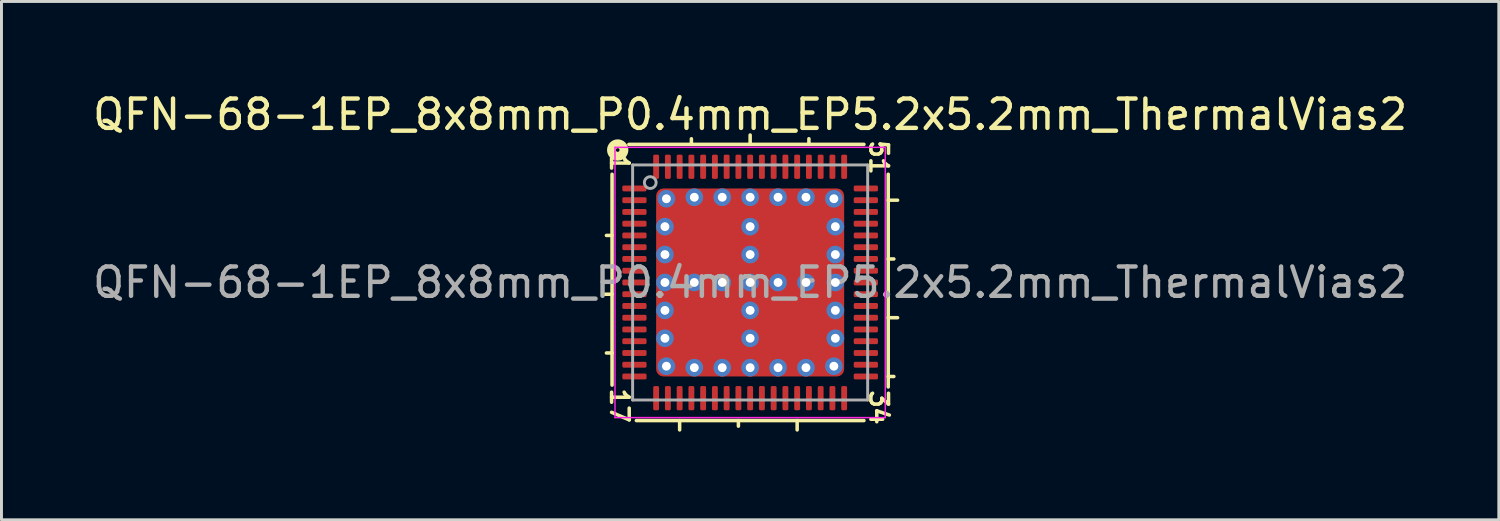
<source format=kicad_pcb>
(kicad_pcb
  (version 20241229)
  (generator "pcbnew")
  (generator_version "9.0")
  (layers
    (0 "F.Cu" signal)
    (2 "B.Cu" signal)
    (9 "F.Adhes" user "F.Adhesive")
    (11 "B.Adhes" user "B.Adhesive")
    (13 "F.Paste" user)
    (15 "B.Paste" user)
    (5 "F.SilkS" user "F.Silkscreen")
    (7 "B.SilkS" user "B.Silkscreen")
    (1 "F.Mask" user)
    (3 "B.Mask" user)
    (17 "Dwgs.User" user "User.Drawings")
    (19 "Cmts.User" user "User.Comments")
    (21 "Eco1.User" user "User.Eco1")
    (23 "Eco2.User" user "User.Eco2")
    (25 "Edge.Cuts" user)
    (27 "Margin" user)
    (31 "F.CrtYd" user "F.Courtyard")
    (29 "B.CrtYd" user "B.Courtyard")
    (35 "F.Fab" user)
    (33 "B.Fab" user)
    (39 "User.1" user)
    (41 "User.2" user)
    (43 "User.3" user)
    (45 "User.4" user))
  (footprint "QFN-68-1EP_8x8mm_P0.4mm_EP5.2x5.2mm_ThermalVias2"
    (layer "F.Cu")
    (at 22.482 6.564)
    (property "Reference" "QFN-68-1EP_8x8mm_P0.4mm_EP5.2x5.2mm_ThermalVias2" (at 0 -5.716 0) (layer "F.SilkS") (effects (font (size 1 1) (thickness 0.15))))
    (attr smd)
    (fp_line (start -4.7 -3.683) (end -4.7 3.493) (stroke (width 0.12) (type solid)) (layer "F.SilkS"))
    (fp_line (start -4.7 -1.6) (end -4.891 -1.6) (stroke (width 0.12) (type solid)) (layer "F.SilkS"))
    (fp_line (start -4.7 0.4) (end -5.018 0.4) (stroke (width 0.12) (type solid)) (layer "F.SilkS"))
    (fp_line (start -4.7 2.4) (end -4.891 2.4) (stroke (width 0.12) (type solid)) (layer "F.SilkS"))
    (fp_line (start -3.873 4.7) (end 3.873 4.7) (stroke (width 0.12) (type solid)) (layer "F.SilkS"))
    (fp_line (start -2.4 4.7) (end -2.4 5.018) (stroke (width 0.12) (type solid)) (layer "F.SilkS"))
    (fp_line (start -2 -4.7) (end -2 -4.891) (stroke (width 0.12) (type solid)) (layer "F.SilkS"))
    (fp_line (start -0.4 4.7) (end -0.4 4.891) (stroke (width 0.12) (type solid)) (layer "F.SilkS"))
    (fp_line (start 0 -4.7) (end 0 -5.018) (stroke (width 0.12) (type solid)) (layer "F.SilkS"))
    (fp_line (start 1.6 4.7) (end 1.6 5.018) (stroke (width 0.12) (type solid)) (layer "F.SilkS"))
    (fp_line (start 2 -4.7) (end 2 -4.891) (stroke (width 0.12) (type solid)) (layer "F.SilkS"))
    (fp_line (start 3.873 -4.7) (end -4.128 -4.7) (stroke (width 0.12) (type solid)) (layer "F.SilkS"))
    (fp_line (start 4.7 -2.8) (end 5.018 -2.8) (stroke (width 0.12) (type solid)) (layer "F.SilkS"))
    (fp_line (start 4.7 -0.8) (end 4.891 -0.8) (stroke (width 0.12) (type solid)) (layer "F.SilkS"))
    (fp_line (start 4.7 1.2) (end 5.018 1.2) (stroke (width 0.12) (type solid)) (layer "F.SilkS"))
    (fp_line (start 4.7 3.2) (end 4.891 3.2) (stroke (width 0.12) (type solid)) (layer "F.SilkS"))
    (fp_line (start 4.7 3.556) (end 4.7 -3.683) (stroke (width 0.12) (type solid)) (layer "F.SilkS"))
    (fp_circle (center -4.508 -4.508) (end -4.445 -4.508) (stroke (width 0.3) (type solid)) (fill no) (layer "F.SilkS"))
    (fp_line (start -4.6 -4.6) (end -4.6 4.6) (stroke (width 0.05) (type solid)) (layer "F.CrtYd"))
    (fp_line (start -4.6 4.6) (end 4.6 4.6) (stroke (width 0.05) (type solid)) (layer "F.CrtYd"))
    (fp_line (start 4.6 -4.6) (end -4.6 -4.6) (stroke (width 0.05) (type solid)) (layer "F.CrtYd"))
    (fp_line (start 4.6 4.6) (end 4.6 -4.6) (stroke (width 0.05) (type solid)) (layer "F.CrtYd"))
    (fp_line (start -4 -4) (end 4 -4) (stroke (width 0.1) (type solid)) (layer "F.Fab"))
    (fp_line (start -4 4) (end -4 -4) (stroke (width 0.1) (type solid)) (layer "F.Fab"))
    (fp_line (start 4 -4) (end 4 4) (stroke (width 0.1) (type solid)) (layer "F.Fab"))
    (fp_line (start 4 4) (end -4 4) (stroke (width 0.1) (type solid)) (layer "F.Fab"))
    (fp_circle (center -3.4 -3.4) (end -3.2 -3.4) (stroke (width 0.1) (type solid)) (fill no) (layer "F.Fab"))
    (fp_text user "17" (at -4.445 4.191 270) (unlocked yes) (layer "F.SilkS") (effects (font (size 0.6 0.6) (thickness 0.12))))
    (fp_text user "51" (at 4.381 -4.255 270) (unlocked yes) (layer "F.SilkS") (effects (font (size 0.6 0.6) (thickness 0.12))))
    (fp_text user "34" (at 4.381 4.255 270) (unlocked yes) (layer "F.SilkS") (effects (font (size 0.6 0.6) (thickness 0.12))))
    (fp_text user "1" (at -4.445 -4.064 270) (unlocked yes) (layer "F.SilkS") (effects (font (size 0.6 0.6) (thickness 0.12))))
    (fp_text user "${REFERENCE}" (at 0 0 0) (layer "F.Fab") (effects (font (size 1 1) (thickness 0.15))))
    (pad "" smd roundrect (at -1.975 -1.975) (size 0.85 0.85) (layers "F.Paste") (roundrect_rratio 0.25))
    (pad "" smd roundrect (at -1.975 -0.925) (size 0.85 0.85) (layers "F.Paste") (roundrect_rratio 0.25))
    (pad "" smd roundrect (at -1.975 0.925) (size 0.85 0.85) (layers "F.Paste") (roundrect_rratio 0.25))
    (pad "" smd roundrect (at -1.975 1.975) (size 0.85 0.85) (layers "F.Paste") (roundrect_rratio 0.25))
    (pad "" smd roundrect (at -1.45 -1.45 270) (size 2.3 2.3) (layers "F.Mask") (roundrect_rratio 0.109))
    (pad "" smd roundrect (at -1.45 1.45 270) (size 2.3 2.3) (layers "F.Mask") (roundrect_rratio 0.109))
    (pad "" smd roundrect (at -0.925 -1.975) (size 0.85 0.85) (layers "F.Paste") (roundrect_rratio 0.25))
    (pad "" smd roundrect (at -0.925 -0.925) (size 0.85 0.85) (layers "F.Paste") (roundrect_rratio 0.25))
    (pad "" smd roundrect (at -0.925 0.925) (size 0.85 0.85) (layers "F.Paste") (roundrect_rratio 0.25))
    (pad "" smd roundrect (at -0.925 1.975) (size 0.85 0.85) (layers "F.Paste") (roundrect_rratio 0.25))
    (pad "" smd roundrect (at 0.925 -1.975) (size 0.85 0.85) (layers "F.Paste") (roundrect_rratio 0.25))
    (pad "" smd roundrect (at 0.925 -0.925) (size 0.85 0.85) (layers "F.Paste") (roundrect_rratio 0.25))
    (pad "" smd roundrect (at 0.925 0.925) (size 0.85 0.85) (layers "F.Paste") (roundrect_rratio 0.25))
    (pad "" smd roundrect (at 0.925 1.975) (size 0.85 0.85) (layers "F.Paste") (roundrect_rratio 0.25))
    (pad "" smd roundrect (at 1.45 -1.45 270) (size 2.3 2.3) (layers "F.Mask") (roundrect_rratio 0.109))
    (pad "" smd roundrect (at 1.45 1.45 270) (size 2.3 2.3) (layers "F.Mask") (roundrect_rratio 0.109))
    (pad "" smd roundrect (at 1.975 -1.975) (size 0.85 0.85) (layers "F.Paste") (roundrect_rratio 0.25))
    (pad "" smd roundrect (at 1.975 -0.925) (size 0.85 0.85) (layers "F.Paste") (roundrect_rratio 0.25))
    (pad "" smd roundrect (at 1.975 0.925) (size 0.85 0.85) (layers "F.Paste") (roundrect_rratio 0.25))
    (pad "" smd roundrect (at 1.975 1.975) (size 0.85 0.85) (layers "F.Paste") (roundrect_rratio 0.25))
    (pad "1" smd roundrect (at -3.938 -3.2) (size 0.825 0.2) (layers "F.Cu" "F.Mask" "F.Paste") (roundrect_rratio 0.25))
    (pad "2" smd roundrect (at -3.938 -2.8) (size 0.825 0.2) (layers "F.Cu" "F.Mask" "F.Paste") (roundrect_rratio 0.25))
    (pad "3" smd roundrect (at -3.938 -2.4) (size 0.825 0.2) (layers "F.Cu" "F.Mask" "F.Paste") (roundrect_rratio 0.25))
    (pad "4" smd roundrect (at -3.938 -2) (size 0.825 0.2) (layers "F.Cu" "F.Mask" "F.Paste") (roundrect_rratio 0.25))
    (pad "5" smd roundrect (at -3.938 -1.6) (size 0.825 0.2) (layers "F.Cu" "F.Mask" "F.Paste") (roundrect_rratio 0.25))
    (pad "6" smd roundrect (at -3.938 -1.2) (size 0.825 0.2) (layers "F.Cu" "F.Mask" "F.Paste") (roundrect_rratio 0.25))
    (pad "7" smd roundrect (at -3.938 -0.8) (size 0.825 0.2) (layers "F.Cu" "F.Mask" "F.Paste") (roundrect_rratio 0.25))
    (pad "8" smd roundrect (at -3.938 -0.4) (size 0.825 0.2) (layers "F.Cu" "F.Mask" "F.Paste") (roundrect_rratio 0.25))
    (pad "9" smd roundrect (at -3.938 0) (size 0.825 0.2) (layers "F.Cu" "F.Mask" "F.Paste") (roundrect_rratio 0.25))
    (pad "10" smd roundrect (at -3.938 0.4) (size 0.825 0.2) (layers "F.Cu" "F.Mask" "F.Paste") (roundrect_rratio 0.25))
    (pad "11" smd roundrect (at -3.938 0.8) (size 0.825 0.2) (layers "F.Cu" "F.Mask" "F.Paste") (roundrect_rratio 0.25))
    (pad "12" smd roundrect (at -3.938 1.2) (size 0.825 0.2) (layers "F.Cu" "F.Mask" "F.Paste") (roundrect_rratio 0.25))
    (pad "13" smd roundrect (at -3.938 1.6) (size 0.825 0.2) (layers "F.Cu" "F.Mask" "F.Paste") (roundrect_rratio 0.25))
    (pad "14" smd roundrect (at -3.938 2) (size 0.825 0.2) (layers "F.Cu" "F.Mask" "F.Paste") (roundrect_rratio 0.25))
    (pad "15" smd roundrect (at -3.938 2.4) (size 0.825 0.2) (layers "F.Cu" "F.Mask" "F.Paste") (roundrect_rratio 0.25))
    (pad "16" smd roundrect (at -3.938 2.8) (size 0.825 0.2) (layers "F.Cu" "F.Mask" "F.Paste") (roundrect_rratio 0.25))
    (pad "17" smd roundrect (at -3.938 3.2) (size 0.825 0.2) (layers "F.Cu" "F.Mask" "F.Paste") (roundrect_rratio 0.25))
    (pad "18" smd roundrect (at -3.2 3.938) (size 0.2 0.825) (layers "F.Cu" "F.Mask" "F.Paste") (roundrect_rratio 0.25))
    (pad "19" smd roundrect (at -2.8 3.938) (size 0.2 0.825) (layers "F.Cu" "F.Mask" "F.Paste") (roundrect_rratio 0.25))
    (pad "20" smd roundrect (at -2.4 3.938) (size 0.2 0.825) (layers "F.Cu" "F.Mask" "F.Paste") (roundrect_rratio 0.25))
    (pad "21" smd roundrect (at -2 3.938) (size 0.2 0.825) (layers "F.Cu" "F.Mask" "F.Paste") (roundrect_rratio 0.25))
    (pad "22" smd roundrect (at -1.6 3.938) (size 0.2 0.825) (layers "F.Cu" "F.Mask" "F.Paste") (roundrect_rratio 0.25))
    (pad "23" smd roundrect (at -1.2 3.938) (size 0.2 0.825) (layers "F.Cu" "F.Mask" "F.Paste") (roundrect_rratio 0.25))
    (pad "24" smd roundrect (at -0.8 3.938) (size 0.2 0.825) (layers "F.Cu" "F.Mask" "F.Paste") (roundrect_rratio 0.25))
    (pad "25" smd roundrect (at -0.4 3.938) (size 0.2 0.825) (layers "F.Cu" "F.Mask" "F.Paste") (roundrect_rratio 0.25))
    (pad "26" smd roundrect (at 0 3.938) (size 0.2 0.825) (layers "F.Cu" "F.Mask" "F.Paste") (roundrect_rratio 0.25))
    (pad "27" smd roundrect (at 0.4 3.938) (size 0.2 0.825) (layers "F.Cu" "F.Mask" "F.Paste") (roundrect_rratio 0.25))
    (pad "28" smd roundrect (at 0.8 3.938) (size 0.2 0.825) (layers "F.Cu" "F.Mask" "F.Paste") (roundrect_rratio 0.25))
    (pad "29" smd roundrect (at 1.2 3.938) (size 0.2 0.825) (layers "F.Cu" "F.Mask" "F.Paste") (roundrect_rratio 0.25))
    (pad "30" smd roundrect (at 1.6 3.938) (size 0.2 0.825) (layers "F.Cu" "F.Mask" "F.Paste") (roundrect_rratio 0.25))
    (pad "31" smd roundrect (at 2 3.938) (size 0.2 0.825) (layers "F.Cu" "F.Mask" "F.Paste") (roundrect_rratio 0.25))
    (pad "32" smd roundrect (at 2.4 3.938) (size 0.2 0.825) (layers "F.Cu" "F.Mask" "F.Paste") (roundrect_rratio 0.25))
    (pad "33" smd roundrect (at 2.8 3.938) (size 0.2 0.825) (layers "F.Cu" "F.Mask" "F.Paste") (roundrect_rratio 0.25))
    (pad "34" smd roundrect (at 3.2 3.938) (size 0.2 0.825) (layers "F.Cu" "F.Mask" "F.Paste") (roundrect_rratio 0.25))
    (pad "35" smd roundrect (at 3.938 3.2) (size 0.825 0.2) (layers "F.Cu" "F.Mask" "F.Paste") (roundrect_rratio 0.25))
    (pad "36" smd roundrect (at 3.938 2.8) (size 0.825 0.2) (layers "F.Cu" "F.Mask" "F.Paste") (roundrect_rratio 0.25))
    (pad "37" smd roundrect (at 3.938 2.4) (size 0.825 0.2) (layers "F.Cu" "F.Mask" "F.Paste") (roundrect_rratio 0.25))
    (pad "38" smd roundrect (at 3.938 2) (size 0.825 0.2) (layers "F.Cu" "F.Mask" "F.Paste") (roundrect_rratio 0.25))
    (pad "39" smd roundrect (at 3.938 1.6) (size 0.825 0.2) (layers "F.Cu" "F.Mask" "F.Paste") (roundrect_rratio 0.25))
    (pad "40" smd roundrect (at 3.938 1.2) (size 0.825 0.2) (layers "F.Cu" "F.Mask" "F.Paste") (roundrect_rratio 0.25))
    (pad "41" smd roundrect (at 3.938 0.8) (size 0.825 0.2) (layers "F.Cu" "F.Mask" "F.Paste") (roundrect_rratio 0.25))
    (pad "42" smd roundrect (at 3.938 0.4) (size 0.825 0.2) (layers "F.Cu" "F.Mask" "F.Paste") (roundrect_rratio 0.25))
    (pad "43" smd roundrect (at 3.938 0) (size 0.825 0.2) (layers "F.Cu" "F.Mask" "F.Paste") (roundrect_rratio 0.25))
    (pad "44" smd roundrect (at 3.938 -0.4) (size 0.825 0.2) (layers "F.Cu" "F.Mask" "F.Paste") (roundrect_rratio 0.25))
    (pad "45" smd roundrect (at 3.938 -0.8) (size 0.825 0.2) (layers "F.Cu" "F.Mask" "F.Paste") (roundrect_rratio 0.25))
    (pad "46" smd roundrect (at 3.938 -1.2) (size 0.825 0.2) (layers "F.Cu" "F.Mask" "F.Paste") (roundrect_rratio 0.25))
    (pad "47" smd roundrect (at 3.938 -1.6) (size 0.825 0.2) (layers "F.Cu" "F.Mask" "F.Paste") (roundrect_rratio 0.25))
    (pad "48" smd roundrect (at 3.938 -2) (size 0.825 0.2) (layers "F.Cu" "F.Mask" "F.Paste") (roundrect_rratio 0.25))
    (pad "49" smd roundrect (at 3.938 -2.4) (size 0.825 0.2) (layers "F.Cu" "F.Mask" "F.Paste") (roundrect_rratio 0.25))
    (pad "50" smd roundrect (at 3.938 -2.8) (size 0.825 0.2) (layers "F.Cu" "F.Mask" "F.Paste") (roundrect_rratio 0.25))
    (pad "51" smd roundrect (at 3.938 -3.2) (size 0.825 0.2) (layers "F.Cu" "F.Mask" "F.Paste") (roundrect_rratio 0.25))
    (pad "52" smd roundrect (at 3.2 -3.938) (size 0.2 0.825) (layers "F.Cu" "F.Mask" "F.Paste") (roundrect_rratio 0.25))
    (pad "53" smd roundrect (at 2.8 -3.938) (size 0.2 0.825) (layers "F.Cu" "F.Mask" "F.Paste") (roundrect_rratio 0.25))
    (pad "54" smd roundrect (at 2.4 -3.938) (size 0.2 0.825) (layers "F.Cu" "F.Mask" "F.Paste") (roundrect_rratio 0.25))
    (pad "55" smd roundrect (at 2 -3.938) (size 0.2 0.825) (layers "F.Cu" "F.Mask" "F.Paste") (roundrect_rratio 0.25))
    (pad "56" smd roundrect (at 1.6 -3.938) (size 0.2 0.825) (layers "F.Cu" "F.Mask" "F.Paste") (roundrect_rratio 0.25))
    (pad "57" smd roundrect (at 1.2 -3.938) (size 0.2 0.825) (layers "F.Cu" "F.Mask" "F.Paste") (roundrect_rratio 0.25))
    (pad "58" smd roundrect (at 0.8 -3.938) (size 0.2 0.825) (layers "F.Cu" "F.Mask" "F.Paste") (roundrect_rratio 0.25))
    (pad "59" smd roundrect (at 0.4 -3.938) (size 0.2 0.825) (layers "F.Cu" "F.Mask" "F.Paste") (roundrect_rratio 0.25))
    (pad "60" smd roundrect (at 0 -3.938) (size 0.2 0.825) (layers "F.Cu" "F.Mask" "F.Paste") (roundrect_rratio 0.25))
    (pad "61" smd roundrect (at -0.4 -3.938) (size 0.2 0.825) (layers "F.Cu" "F.Mask" "F.Paste") (roundrect_rratio 0.25))
    (pad "62" smd roundrect (at -0.8 -3.938) (size 0.2 0.825) (layers "F.Cu" "F.Mask" "F.Paste") (roundrect_rratio 0.25))
    (pad "63" smd roundrect (at -1.2 -3.938) (size 0.2 0.825) (layers "F.Cu" "F.Mask" "F.Paste") (roundrect_rratio 0.25))
    (pad "64" smd roundrect (at -1.6 -3.938) (size 0.2 0.825) (layers "F.Cu" "F.Mask" "F.Paste") (roundrect_rratio 0.25))
    (pad "65" smd roundrect (at -2 -3.938) (size 0.2 0.825) (layers "F.Cu" "F.Mask" "F.Paste") (roundrect_rratio 0.25))
    (pad "66" smd roundrect (at -2.4 -3.938) (size 0.2 0.825) (layers "F.Cu" "F.Mask" "F.Paste") (roundrect_rratio 0.25))
    (pad "67" smd roundrect (at -2.8 -3.938) (size 0.2 0.825) (layers "F.Cu" "F.Mask" "F.Paste") (roundrect_rratio 0.25))
    (pad "68" smd roundrect (at -3.2 -3.938) (size 0.2 0.825) (layers "F.Cu" "F.Mask" "F.Paste") (roundrect_rratio 0.25))
    (pad "69" thru_hole circle (at -2.9 -1.9 180) (size 0.6 0.6) (drill 0.3) (property pad_prop_heatsink) (layers "*.Cu" "*.Mask"))
    (pad "69" thru_hole circle (at -2.9 -0.95 180) (size 0.6 0.6) (drill 0.3) (property pad_prop_heatsink) (layers "*.Cu" "*.Mask"))
    (pad "69" thru_hole circle (at -2.9 0 180) (size 0.6 0.6) (drill 0.3) (property pad_prop_heatsink) (layers "*.Cu" "*.Mask"))
    (pad "69" thru_hole circle (at -2.9 0.95 180) (size 0.6 0.6) (drill 0.3) (property pad_prop_heatsink) (layers "*.Cu" "*.Mask"))
    (pad "69" thru_hole circle (at -2.9 1.9 180) (size 0.6 0.6) (drill 0.3) (property pad_prop_heatsink) (layers "*.Cu" "*.Mask"))
    (pad "69" thru_hole circle (at -2.85 -2.85 180) (size 0.6 0.6) (drill 0.3) (property pad_prop_heatsink) (layers "*.Cu" "*.Mask"))
    (pad "69" thru_hole circle (at -2.85 2.85 180) (size 0.6 0.6) (drill 0.3) (property pad_prop_heatsink) (layers "*.Cu" "*.Mask"))
    (pad "69" thru_hole circle (at -1.9 -2.9 180) (size 0.6 0.6) (drill 0.3) (property pad_prop_heatsink) (layers "*.Cu" "*.Mask"))
    (pad "69" thru_hole circle (at -1.9 0 180) (size 0.6 0.6) (drill 0.3) (property pad_prop_heatsink) (layers "*.Cu" "*.Mask"))
    (pad "69" thru_hole circle (at -1.9 2.9 180) (size 0.6 0.6) (drill 0.3) (property pad_prop_heatsink) (layers "*.Cu" "*.Mask"))
    (pad "69" thru_hole circle (at -0.95 -2.9 180) (size 0.6 0.6) (drill 0.3) (property pad_prop_heatsink) (layers "*.Cu" "*.Mask"))
    (pad "69" thru_hole circle (at -0.95 0 180) (size 0.6 0.6) (drill 0.3) (property pad_prop_heatsink) (layers "*.Cu" "*.Mask"))
    (pad "69" thru_hole circle (at -0.95 2.9 180) (size 0.6 0.6) (drill 0.3) (property pad_prop_heatsink) (layers "*.Cu" "*.Mask"))
    (pad "69" thru_hole circle (at 0 -2.9 180) (size 0.6 0.6) (drill 0.3) (property pad_prop_heatsink) (layers "*.Cu" "*.Mask"))
    (pad "69" thru_hole circle (at 0 -1.9 180) (size 0.6 0.6) (drill 0.3) (property pad_prop_heatsink) (layers "*.Cu" "*.Mask"))
    (pad "69" thru_hole circle (at 0 -0.95 180) (size 0.6 0.6) (drill 0.3) (property pad_prop_heatsink) (layers "*.Cu" "*.Mask"))
    (pad "69" thru_hole circle (at 0 0 180) (size 0.6 0.6) (drill 0.3) (property pad_prop_heatsink) (layers "*.Cu" "*.Mask"))
    (pad "69" smd roundrect (at 0 0) (size 6.4 6.4) (layers "F.Cu") (roundrect_rratio 0.039))
    (pad "69" thru_hole circle (at 0 0.95 180) (size 0.6 0.6) (drill 0.3) (property pad_prop_heatsink) (layers "*.Cu" "*.Mask"))
    (pad "69" thru_hole circle (at 0 1.9 180) (size 0.6 0.6) (drill 0.3) (property pad_prop_heatsink) (layers "*.Cu" "*.Mask"))
    (pad "69" thru_hole circle (at 0 2.9 180) (size 0.6 0.6) (drill 0.3) (property pad_prop_heatsink) (layers "*.Cu" "*.Mask"))
    (pad "69" thru_hole circle (at 0.95 -2.9 180) (size 0.6 0.6) (drill 0.3) (property pad_prop_heatsink) (layers "*.Cu" "*.Mask"))
    (pad "69" thru_hole circle (at 0.95 0 180) (size 0.6 0.6) (drill 0.3) (property pad_prop_heatsink) (layers "*.Cu" "*.Mask"))
    (pad "69" thru_hole circle (at 0.95 2.9 180) (size 0.6 0.6) (drill 0.3) (property pad_prop_heatsink) (layers "*.Cu" "*.Mask"))
    (pad "69" thru_hole circle (at 1.9 -2.9 180) (size 0.6 0.6) (drill 0.3) (property pad_prop_heatsink) (layers "*.Cu" "*.Mask"))
    (pad "69" thru_hole circle (at 1.9 0 180) (size 0.6 0.6) (drill 0.3) (property pad_prop_heatsink) (layers "*.Cu" "*.Mask"))
    (pad "69" thru_hole circle (at 1.9 2.9 180) (size 0.6 0.6) (drill 0.3) (property pad_prop_heatsink) (layers "*.Cu" "*.Mask"))
    (pad "69" thru_hole circle (at 2.85 -2.85 180) (size 0.6 0.6) (drill 0.3) (property pad_prop_heatsink) (layers "*.Cu" "*.Mask"))
    (pad "69" thru_hole circle (at 2.85 2.85 180) (size 0.6 0.6) (drill 0.3) (property pad_prop_heatsink) (layers "*.Cu" "*.Mask"))
    (pad "69" thru_hole circle (at 2.9 -1.9 180) (size 0.6 0.6) (drill 0.3) (property pad_prop_heatsink) (layers "*.Cu" "*.Mask"))
    (pad "69" thru_hole circle (at 2.9 -0.95 180) (size 0.6 0.6) (drill 0.3) (property pad_prop_heatsink) (layers "*.Cu" "*.Mask"))
    (pad "69" thru_hole circle (at 2.9 0 180) (size 0.6 0.6) (drill 0.3) (property pad_prop_heatsink) (layers "*.Cu" "*.Mask"))
    (pad "69" thru_hole circle (at 2.9 0.95 180) (size 0.6 0.6) (drill 0.3) (property pad_prop_heatsink) (layers "*.Cu" "*.Mask"))
    (pad "69" thru_hole circle (at 2.9 1.9 180) (size 0.6 0.6) (drill 0.3) (property pad_prop_heatsink) (layers "*.Cu" "*.Mask")))
  (gr_rect
    (start -3 -3)
    (end 47.964 14.642)
    (stroke (width 0.1) (type default))
    (fill no)
    (layer "Edge.Cuts")))
</source>
